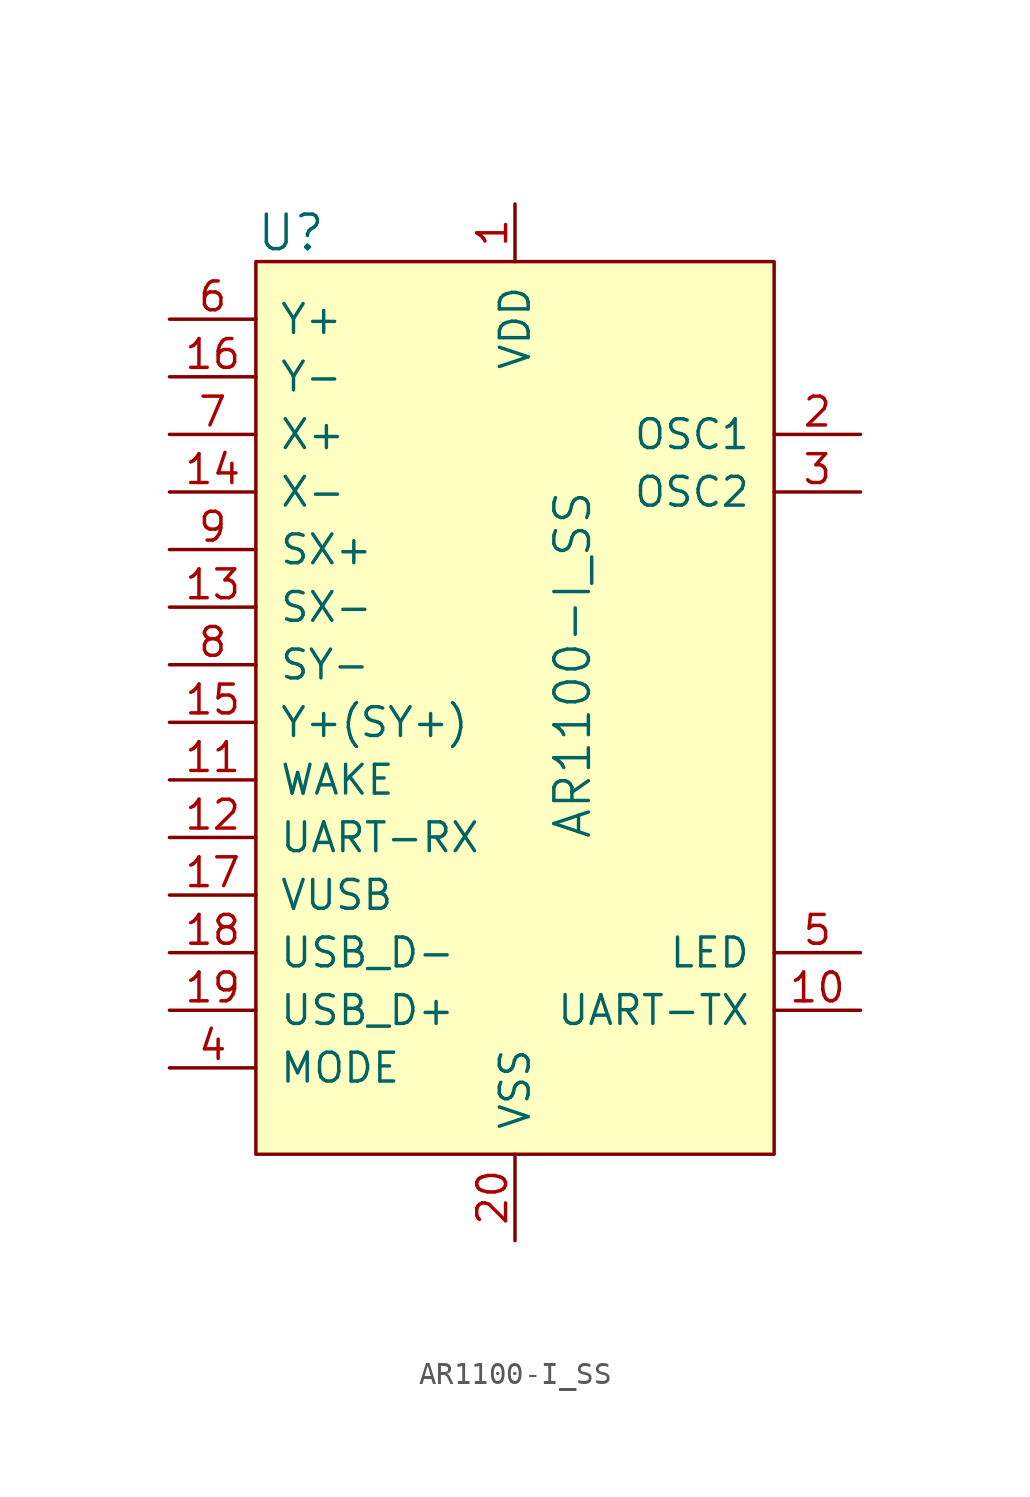
<source format=kicad_sym>
(kicad_symbol_lib
  (version 20231120)
  (generator "kicad_symbol_editor")
  (generator_version "8.0")
  (symbol "AR1100-I_SS"
    (pin_names
      (offset 1.016))
    (property "Reference" "U"
      (at -11.43 19.05 0)
      (effects (font (size 1.524 1.524)) (justify left)))
    (property "Value" "AR1100-I_SS"
      (at 2.54 0 90)
      (effects (font (size 1.524 1.524))))
    (symbol "AR1100-I_SS_0_1"
      (rectangle (start -11.43 17.78) (end 11.43 -21.59) (stroke (width 0) (type solid)) (fill (type background))))
    (symbol "AR1100-I_SS_1_1"
      (pin power_in line (at 0 20.32 270) (length 2.54) (name "VDD" (effects (font (size 1.27 1.27)))) (number "1" (effects (font (size 1.27 1.27)))))
      (pin output line (at 15.24 -15.24 180) (length 3.81) (name "UART-TX" (effects (font (size 1.27 1.27)))) (number "10" (effects (font (size 1.27 1.27)))))
      (pin input line (at -15.24 -5.08 0) (length 3.81) (name "WAKE" (effects (font (size 1.27 1.27)))) (number "11" (effects (font (size 1.27 1.27)))))
      (pin input line (at -15.24 -7.62 0) (length 3.81) (name "UART-RX" (effects (font (size 1.27 1.27)))) (number "12" (effects (font (size 1.27 1.27)))))
      (pin input line (at -15.24 2.54 0) (length 3.81) (name "SX-" (effects (font (size 1.27 1.27)))) (number "13" (effects (font (size 1.27 1.27)))))
      (pin input line (at -15.24 7.62 0) (length 3.81) (name "X-" (effects (font (size 1.27 1.27)))) (number "14" (effects (font (size 1.27 1.27)))))
      (pin input line (at -15.24 -2.54 0) (length 3.81) (name "Y+(SY+)" (effects (font (size 1.27 1.27)))) (number "15" (effects (font (size 1.27 1.27)))))
      (pin input line (at -15.24 12.7 0) (length 3.81) (name "Y-" (effects (font (size 1.27 1.27)))) (number "16" (effects (font (size 1.27 1.27)))))
      (pin input line (at -15.24 -10.16 0) (length 3.81) (name "VUSB" (effects (font (size 1.27 1.27)))) (number "17" (effects (font (size 1.27 1.27)))))
      (pin bidirectional line (at -15.24 -12.7 0) (length 3.81) (name "USB_D-" (effects (font (size 1.27 1.27)))) (number "18" (effects (font (size 1.27 1.27)))))
      (pin bidirectional line (at -15.24 -15.24 0) (length 3.81) (name "USB_D+" (effects (font (size 1.27 1.27)))) (number "19" (effects (font (size 1.27 1.27)))))
      (pin passive line (at 15.24 10.16 180) (length 3.81) (name "OSC1" (effects (font (size 1.27 1.27)))) (number "2" (effects (font (size 1.27 1.27)))))
      (pin power_in line (at 0 -25.4 90) (length 3.81) (name "VSS" (effects (font (size 1.27 1.27)))) (number "20" (effects (font (size 1.27 1.27)))))
      (pin passive line (at 15.24 7.62 180) (length 3.81) (name "OSC2" (effects (font (size 1.27 1.27)))) (number "3" (effects (font (size 1.27 1.27)))))
      (pin input line (at -15.24 -17.78 0) (length 3.81) (name "MODE" (effects (font (size 1.27 1.27)))) (number "4" (effects (font (size 1.27 1.27)))))
      (pin output line (at 15.24 -12.7 180) (length 3.81) (name "LED" (effects (font (size 1.27 1.27)))) (number "5" (effects (font (size 1.27 1.27)))))
      (pin input line (at -15.24 15.24 0) (length 3.81) (name "Y+" (effects (font (size 1.27 1.27)))) (number "6" (effects (font (size 1.27 1.27)))))
      (pin input line (at -15.24 10.16 0) (length 3.81) (name "X+" (effects (font (size 1.27 1.27)))) (number "7" (effects (font (size 1.27 1.27)))))
      (pin input line (at -15.24 0 0) (length 3.81) (name "SY-" (effects (font (size 1.27 1.27)))) (number "8" (effects (font (size 1.27 1.27)))))
      (pin input line (at -15.24 5.08 0) (length 3.81) (name "SX+" (effects (font (size 1.27 1.27)))) (number "9" (effects (font (size 1.27 1.27))))))))
</source>
